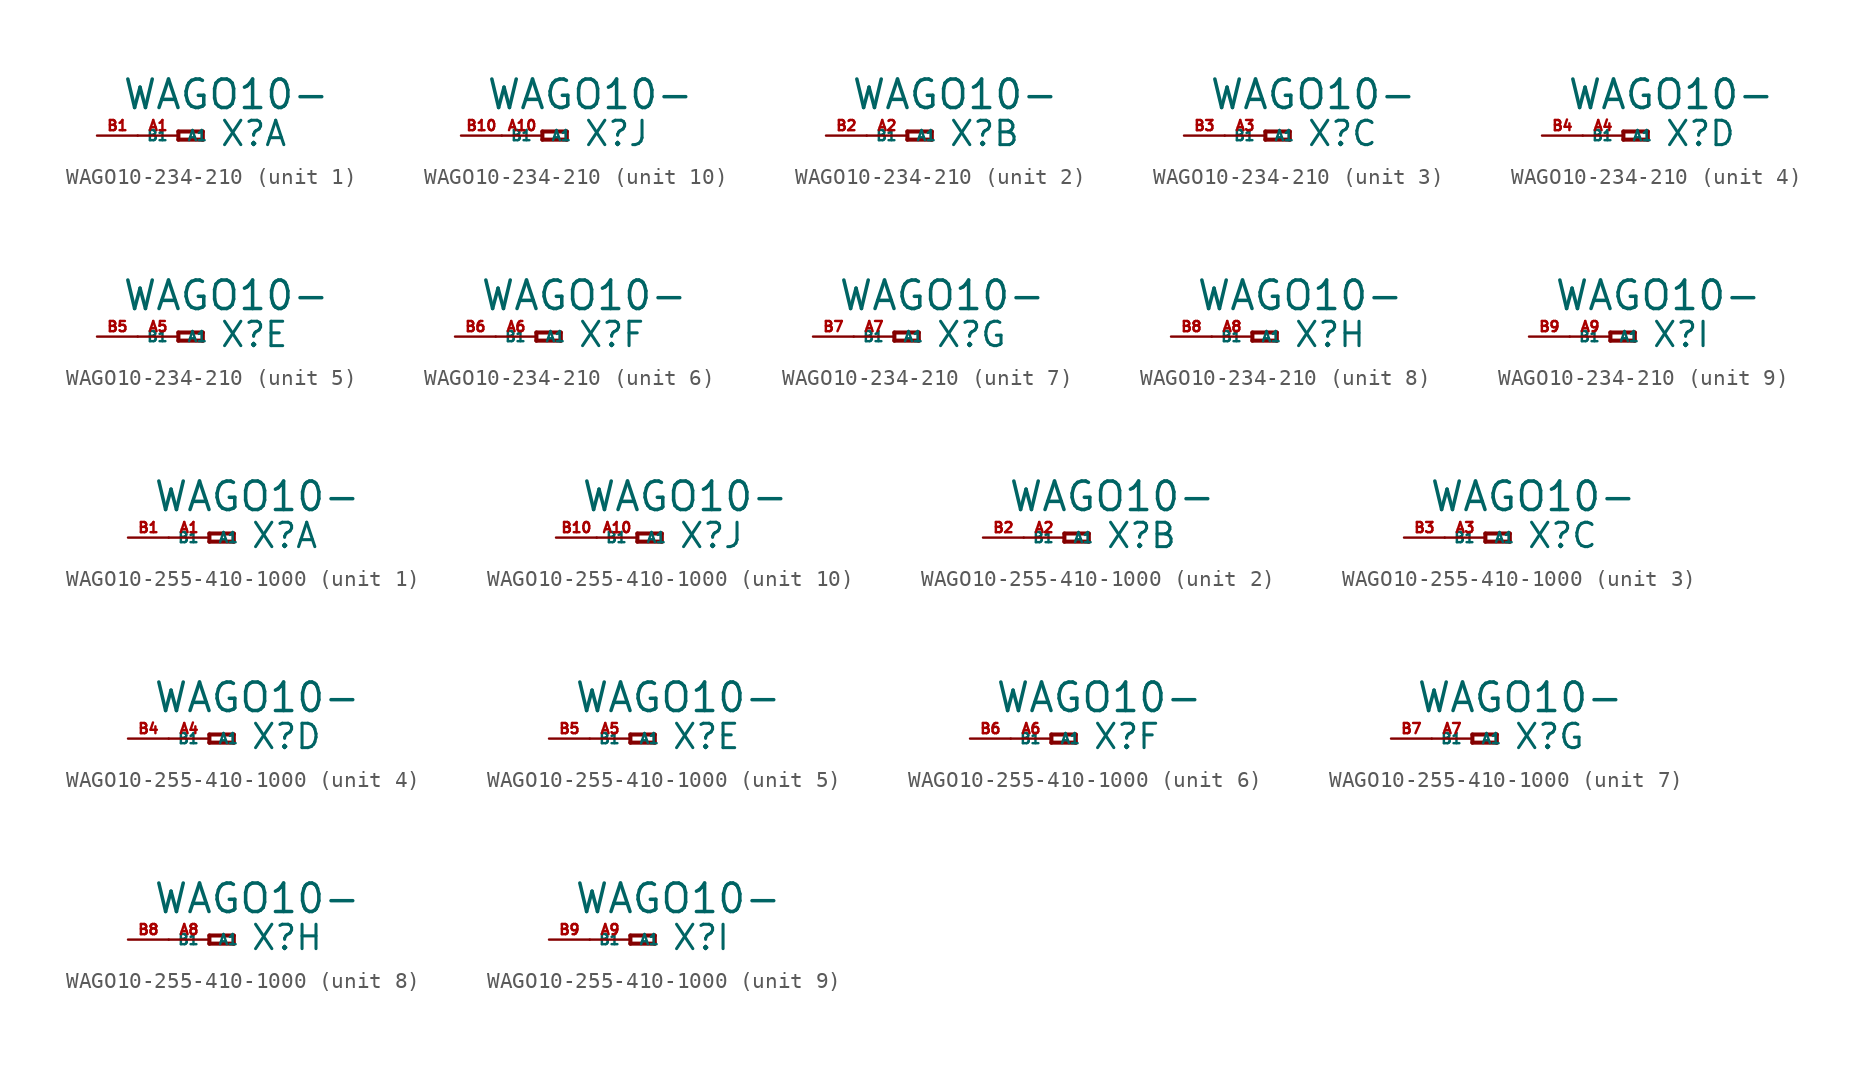
<source format=kicad_sym>
(kicad_symbol_lib
  (version 20220914)
  (generator Eagle2Kicad)
  (symbol "WAGO10-234-210"
    (property "Reference" "X"
      (at 2.54 -0.762 0)
      (effects (font (size 1.524 1.524) (thickness 0.19)) (justify left bottom)))
    (property "Value" "WAGO10-"
      (at -3.556 1.524 0)
      (effects (font (size 1.778 1.778) (thickness 0.22)) (justify left bottom)))
    (symbol "WAGO10-234-210_1_0"
      (polyline (pts (xy 0 0.254) (xy 0 -0.254)) (stroke (width 0.254) (type default)) (fill (type none)))
      (polyline (pts (xy 0 -0.254) (xy 1.524 -0.254)) (stroke (width 0.254) (type default)) (fill (type none)))
      (polyline (pts (xy 1.524 -0.254) (xy 1.524 0.254)) (stroke (width 0.254) (type default)) (fill (type none)))
      (polyline (pts (xy 1.524 0.254) (xy 0 0.254)) (stroke (width 0.254) (type default)) (fill (type none)))
      (pin passive line (at -2.54 0 0) (length 2.54) (name "A1" (effects (font (size 0.635 0.635) (thickness 0.08)) (justify left bottom))) (number "A1" (effects (font (size 0.635 0.635) (thickness 0.08)) (justify left bottom))))
      (pin passive line (at -5.08 0 0) (length 2.54) (name "B1" (effects (font (size 0.635 0.635) (thickness 0.08)) (justify left bottom))) (number "B1" (effects (font (size 0.635 0.635) (thickness 0.08)) (justify left bottom)))))
    (symbol "WAGO10-234-210_2_0"
      (polyline (pts (xy 0 0.254) (xy 0 -0.254)) (stroke (width 0.254) (type default)) (fill (type none)))
      (polyline (pts (xy 0 -0.254) (xy 1.524 -0.254)) (stroke (width 0.254) (type default)) (fill (type none)))
      (polyline (pts (xy 1.524 -0.254) (xy 1.524 0.254)) (stroke (width 0.254) (type default)) (fill (type none)))
      (polyline (pts (xy 1.524 0.254) (xy 0 0.254)) (stroke (width 0.254) (type default)) (fill (type none)))
      (pin passive line (at -2.54 0 0) (length 2.54) (name "A1" (effects (font (size 0.635 0.635) (thickness 0.08)) (justify left bottom))) (number "A2" (effects (font (size 0.635 0.635) (thickness 0.08)) (justify left bottom))))
      (pin passive line (at -5.08 0 0) (length 2.54) (name "B1" (effects (font (size 0.635 0.635) (thickness 0.08)) (justify left bottom))) (number "B2" (effects (font (size 0.635 0.635) (thickness 0.08)) (justify left bottom)))))
    (symbol "WAGO10-234-210_3_0"
      (polyline (pts (xy 0 0.254) (xy 0 -0.254)) (stroke (width 0.254) (type default)) (fill (type none)))
      (polyline (pts (xy 0 -0.254) (xy 1.524 -0.254)) (stroke (width 0.254) (type default)) (fill (type none)))
      (polyline (pts (xy 1.524 -0.254) (xy 1.524 0.254)) (stroke (width 0.254) (type default)) (fill (type none)))
      (polyline (pts (xy 1.524 0.254) (xy 0 0.254)) (stroke (width 0.254) (type default)) (fill (type none)))
      (pin passive line (at -2.54 0 0) (length 2.54) (name "A1" (effects (font (size 0.635 0.635) (thickness 0.08)) (justify left bottom))) (number "A3" (effects (font (size 0.635 0.635) (thickness 0.08)) (justify left bottom))))
      (pin passive line (at -5.08 0 0) (length 2.54) (name "B1" (effects (font (size 0.635 0.635) (thickness 0.08)) (justify left bottom))) (number "B3" (effects (font (size 0.635 0.635) (thickness 0.08)) (justify left bottom)))))
    (symbol "WAGO10-234-210_4_0"
      (polyline (pts (xy 0 0.254) (xy 0 -0.254)) (stroke (width 0.254) (type default)) (fill (type none)))
      (polyline (pts (xy 0 -0.254) (xy 1.524 -0.254)) (stroke (width 0.254) (type default)) (fill (type none)))
      (polyline (pts (xy 1.524 -0.254) (xy 1.524 0.254)) (stroke (width 0.254) (type default)) (fill (type none)))
      (polyline (pts (xy 1.524 0.254) (xy 0 0.254)) (stroke (width 0.254) (type default)) (fill (type none)))
      (pin passive line (at -2.54 0 0) (length 2.54) (name "A1" (effects (font (size 0.635 0.635) (thickness 0.08)) (justify left bottom))) (number "A4" (effects (font (size 0.635 0.635) (thickness 0.08)) (justify left bottom))))
      (pin passive line (at -5.08 0 0) (length 2.54) (name "B1" (effects (font (size 0.635 0.635) (thickness 0.08)) (justify left bottom))) (number "B4" (effects (font (size 0.635 0.635) (thickness 0.08)) (justify left bottom)))))
    (symbol "WAGO10-234-210_5_0"
      (polyline (pts (xy 0 0.254) (xy 0 -0.254)) (stroke (width 0.254) (type default)) (fill (type none)))
      (polyline (pts (xy 0 -0.254) (xy 1.524 -0.254)) (stroke (width 0.254) (type default)) (fill (type none)))
      (polyline (pts (xy 1.524 -0.254) (xy 1.524 0.254)) (stroke (width 0.254) (type default)) (fill (type none)))
      (polyline (pts (xy 1.524 0.254) (xy 0 0.254)) (stroke (width 0.254) (type default)) (fill (type none)))
      (pin passive line (at -2.54 0 0) (length 2.54) (name "A1" (effects (font (size 0.635 0.635) (thickness 0.08)) (justify left bottom))) (number "A5" (effects (font (size 0.635 0.635) (thickness 0.08)) (justify left bottom))))
      (pin passive line (at -5.08 0 0) (length 2.54) (name "B1" (effects (font (size 0.635 0.635) (thickness 0.08)) (justify left bottom))) (number "B5" (effects (font (size 0.635 0.635) (thickness 0.08)) (justify left bottom)))))
    (symbol "WAGO10-234-210_6_0"
      (polyline (pts (xy 0 0.254) (xy 0 -0.254)) (stroke (width 0.254) (type default)) (fill (type none)))
      (polyline (pts (xy 0 -0.254) (xy 1.524 -0.254)) (stroke (width 0.254) (type default)) (fill (type none)))
      (polyline (pts (xy 1.524 -0.254) (xy 1.524 0.254)) (stroke (width 0.254) (type default)) (fill (type none)))
      (polyline (pts (xy 1.524 0.254) (xy 0 0.254)) (stroke (width 0.254) (type default)) (fill (type none)))
      (pin passive line (at -2.54 0 0) (length 2.54) (name "A1" (effects (font (size 0.635 0.635) (thickness 0.08)) (justify left bottom))) (number "A6" (effects (font (size 0.635 0.635) (thickness 0.08)) (justify left bottom))))
      (pin passive line (at -5.08 0 0) (length 2.54) (name "B1" (effects (font (size 0.635 0.635) (thickness 0.08)) (justify left bottom))) (number "B6" (effects (font (size 0.635 0.635) (thickness 0.08)) (justify left bottom)))))
    (symbol "WAGO10-234-210_7_0"
      (polyline (pts (xy 0 0.254) (xy 0 -0.254)) (stroke (width 0.254) (type default)) (fill (type none)))
      (polyline (pts (xy 0 -0.254) (xy 1.524 -0.254)) (stroke (width 0.254) (type default)) (fill (type none)))
      (polyline (pts (xy 1.524 -0.254) (xy 1.524 0.254)) (stroke (width 0.254) (type default)) (fill (type none)))
      (polyline (pts (xy 1.524 0.254) (xy 0 0.254)) (stroke (width 0.254) (type default)) (fill (type none)))
      (pin passive line (at -2.54 0 0) (length 2.54) (name "A1" (effects (font (size 0.635 0.635) (thickness 0.08)) (justify left bottom))) (number "A7" (effects (font (size 0.635 0.635) (thickness 0.08)) (justify left bottom))))
      (pin passive line (at -5.08 0 0) (length 2.54) (name "B1" (effects (font (size 0.635 0.635) (thickness 0.08)) (justify left bottom))) (number "B7" (effects (font (size 0.635 0.635) (thickness 0.08)) (justify left bottom)))))
    (symbol "WAGO10-234-210_8_0"
      (polyline (pts (xy 0 0.254) (xy 0 -0.254)) (stroke (width 0.254) (type default)) (fill (type none)))
      (polyline (pts (xy 0 -0.254) (xy 1.524 -0.254)) (stroke (width 0.254) (type default)) (fill (type none)))
      (polyline (pts (xy 1.524 -0.254) (xy 1.524 0.254)) (stroke (width 0.254) (type default)) (fill (type none)))
      (polyline (pts (xy 1.524 0.254) (xy 0 0.254)) (stroke (width 0.254) (type default)) (fill (type none)))
      (pin passive line (at -2.54 0 0) (length 2.54) (name "A1" (effects (font (size 0.635 0.635) (thickness 0.08)) (justify left bottom))) (number "A8" (effects (font (size 0.635 0.635) (thickness 0.08)) (justify left bottom))))
      (pin passive line (at -5.08 0 0) (length 2.54) (name "B1" (effects (font (size 0.635 0.635) (thickness 0.08)) (justify left bottom))) (number "B8" (effects (font (size 0.635 0.635) (thickness 0.08)) (justify left bottom)))))
    (symbol "WAGO10-234-210_9_0"
      (polyline (pts (xy 0 0.254) (xy 0 -0.254)) (stroke (width 0.254) (type default)) (fill (type none)))
      (polyline (pts (xy 0 -0.254) (xy 1.524 -0.254)) (stroke (width 0.254) (type default)) (fill (type none)))
      (polyline (pts (xy 1.524 -0.254) (xy 1.524 0.254)) (stroke (width 0.254) (type default)) (fill (type none)))
      (polyline (pts (xy 1.524 0.254) (xy 0 0.254)) (stroke (width 0.254) (type default)) (fill (type none)))
      (pin passive line (at -2.54 0 0) (length 2.54) (name "A1" (effects (font (size 0.635 0.635) (thickness 0.08)) (justify left bottom))) (number "A9" (effects (font (size 0.635 0.635) (thickness 0.08)) (justify left bottom))))
      (pin passive line (at -5.08 0 0) (length 2.54) (name "B1" (effects (font (size 0.635 0.635) (thickness 0.08)) (justify left bottom))) (number "B9" (effects (font (size 0.635 0.635) (thickness 0.08)) (justify left bottom)))))
    (symbol "WAGO10-234-210_10_0"
      (polyline (pts (xy 0 0.254) (xy 0 -0.254)) (stroke (width 0.254) (type default)) (fill (type none)))
      (polyline (pts (xy 0 -0.254) (xy 1.524 -0.254)) (stroke (width 0.254) (type default)) (fill (type none)))
      (polyline (pts (xy 1.524 -0.254) (xy 1.524 0.254)) (stroke (width 0.254) (type default)) (fill (type none)))
      (polyline (pts (xy 1.524 0.254) (xy 0 0.254)) (stroke (width 0.254) (type default)) (fill (type none)))
      (pin passive line (at -2.54 0 0) (length 2.54) (name "A1" (effects (font (size 0.635 0.635) (thickness 0.08)) (justify left bottom))) (number "A10" (effects (font (size 0.635 0.635) (thickness 0.08)) (justify left bottom))))
      (pin passive line (at -5.08 0 0) (length 2.54) (name "B1" (effects (font (size 0.635 0.635) (thickness 0.08)) (justify left bottom))) (number "B10" (effects (font (size 0.635 0.635) (thickness 0.08)) (justify left bottom))))))
  (symbol "WAGO10-255-410-1000"
    (property "Reference" "X"
      (at 2.54 -0.762 0)
      (effects (font (size 1.524 1.524) (thickness 0.19)) (justify left bottom)))
    (property "Value" "WAGO10-"
      (at -3.556 1.524 0)
      (effects (font (size 1.778 1.778) (thickness 0.22)) (justify left bottom)))
    (symbol "WAGO10-255-410-1000_1_0"
      (polyline (pts (xy 0 0.254) (xy 0 -0.254)) (stroke (width 0.254) (type default)) (fill (type none)))
      (polyline (pts (xy 0 -0.254) (xy 1.524 -0.254)) (stroke (width 0.254) (type default)) (fill (type none)))
      (polyline (pts (xy 1.524 -0.254) (xy 1.524 0.254)) (stroke (width 0.254) (type default)) (fill (type none)))
      (polyline (pts (xy 1.524 0.254) (xy 0 0.254)) (stroke (width 0.254) (type default)) (fill (type none)))
      (pin passive line (at -2.54 0 0) (length 2.54) (name "A1" (effects (font (size 0.635 0.635) (thickness 0.08)) (justify left bottom))) (number "A1" (effects (font (size 0.635 0.635) (thickness 0.08)) (justify left bottom))))
      (pin passive line (at -5.08 0 0) (length 2.54) (name "B1" (effects (font (size 0.635 0.635) (thickness 0.08)) (justify left bottom))) (number "B1" (effects (font (size 0.635 0.635) (thickness 0.08)) (justify left bottom)))))
    (symbol "WAGO10-255-410-1000_2_0"
      (polyline (pts (xy 0 0.254) (xy 0 -0.254)) (stroke (width 0.254) (type default)) (fill (type none)))
      (polyline (pts (xy 0 -0.254) (xy 1.524 -0.254)) (stroke (width 0.254) (type default)) (fill (type none)))
      (polyline (pts (xy 1.524 -0.254) (xy 1.524 0.254)) (stroke (width 0.254) (type default)) (fill (type none)))
      (polyline (pts (xy 1.524 0.254) (xy 0 0.254)) (stroke (width 0.254) (type default)) (fill (type none)))
      (pin passive line (at -2.54 0 0) (length 2.54) (name "A1" (effects (font (size 0.635 0.635) (thickness 0.08)) (justify left bottom))) (number "A2" (effects (font (size 0.635 0.635) (thickness 0.08)) (justify left bottom))))
      (pin passive line (at -5.08 0 0) (length 2.54) (name "B1" (effects (font (size 0.635 0.635) (thickness 0.08)) (justify left bottom))) (number "B2" (effects (font (size 0.635 0.635) (thickness 0.08)) (justify left bottom)))))
    (symbol "WAGO10-255-410-1000_3_0"
      (polyline (pts (xy 0 0.254) (xy 0 -0.254)) (stroke (width 0.254) (type default)) (fill (type none)))
      (polyline (pts (xy 0 -0.254) (xy 1.524 -0.254)) (stroke (width 0.254) (type default)) (fill (type none)))
      (polyline (pts (xy 1.524 -0.254) (xy 1.524 0.254)) (stroke (width 0.254) (type default)) (fill (type none)))
      (polyline (pts (xy 1.524 0.254) (xy 0 0.254)) (stroke (width 0.254) (type default)) (fill (type none)))
      (pin passive line (at -2.54 0 0) (length 2.54) (name "A1" (effects (font (size 0.635 0.635) (thickness 0.08)) (justify left bottom))) (number "A3" (effects (font (size 0.635 0.635) (thickness 0.08)) (justify left bottom))))
      (pin passive line (at -5.08 0 0) (length 2.54) (name "B1" (effects (font (size 0.635 0.635) (thickness 0.08)) (justify left bottom))) (number "B3" (effects (font (size 0.635 0.635) (thickness 0.08)) (justify left bottom)))))
    (symbol "WAGO10-255-410-1000_4_0"
      (polyline (pts (xy 0 0.254) (xy 0 -0.254)) (stroke (width 0.254) (type default)) (fill (type none)))
      (polyline (pts (xy 0 -0.254) (xy 1.524 -0.254)) (stroke (width 0.254) (type default)) (fill (type none)))
      (polyline (pts (xy 1.524 -0.254) (xy 1.524 0.254)) (stroke (width 0.254) (type default)) (fill (type none)))
      (polyline (pts (xy 1.524 0.254) (xy 0 0.254)) (stroke (width 0.254) (type default)) (fill (type none)))
      (pin passive line (at -2.54 0 0) (length 2.54) (name "A1" (effects (font (size 0.635 0.635) (thickness 0.08)) (justify left bottom))) (number "A4" (effects (font (size 0.635 0.635) (thickness 0.08)) (justify left bottom))))
      (pin passive line (at -5.08 0 0) (length 2.54) (name "B1" (effects (font (size 0.635 0.635) (thickness 0.08)) (justify left bottom))) (number "B4" (effects (font (size 0.635 0.635) (thickness 0.08)) (justify left bottom)))))
    (symbol "WAGO10-255-410-1000_5_0"
      (polyline (pts (xy 0 0.254) (xy 0 -0.254)) (stroke (width 0.254) (type default)) (fill (type none)))
      (polyline (pts (xy 0 -0.254) (xy 1.524 -0.254)) (stroke (width 0.254) (type default)) (fill (type none)))
      (polyline (pts (xy 1.524 -0.254) (xy 1.524 0.254)) (stroke (width 0.254) (type default)) (fill (type none)))
      (polyline (pts (xy 1.524 0.254) (xy 0 0.254)) (stroke (width 0.254) (type default)) (fill (type none)))
      (pin passive line (at -2.54 0 0) (length 2.54) (name "A1" (effects (font (size 0.635 0.635) (thickness 0.08)) (justify left bottom))) (number "A5" (effects (font (size 0.635 0.635) (thickness 0.08)) (justify left bottom))))
      (pin passive line (at -5.08 0 0) (length 2.54) (name "B1" (effects (font (size 0.635 0.635) (thickness 0.08)) (justify left bottom))) (number "B5" (effects (font (size 0.635 0.635) (thickness 0.08)) (justify left bottom)))))
    (symbol "WAGO10-255-410-1000_6_0"
      (polyline (pts (xy 0 0.254) (xy 0 -0.254)) (stroke (width 0.254) (type default)) (fill (type none)))
      (polyline (pts (xy 0 -0.254) (xy 1.524 -0.254)) (stroke (width 0.254) (type default)) (fill (type none)))
      (polyline (pts (xy 1.524 -0.254) (xy 1.524 0.254)) (stroke (width 0.254) (type default)) (fill (type none)))
      (polyline (pts (xy 1.524 0.254) (xy 0 0.254)) (stroke (width 0.254) (type default)) (fill (type none)))
      (pin passive line (at -2.54 0 0) (length 2.54) (name "A1" (effects (font (size 0.635 0.635) (thickness 0.08)) (justify left bottom))) (number "A6" (effects (font (size 0.635 0.635) (thickness 0.08)) (justify left bottom))))
      (pin passive line (at -5.08 0 0) (length 2.54) (name "B1" (effects (font (size 0.635 0.635) (thickness 0.08)) (justify left bottom))) (number "B6" (effects (font (size 0.635 0.635) (thickness 0.08)) (justify left bottom)))))
    (symbol "WAGO10-255-410-1000_7_0"
      (polyline (pts (xy 0 0.254) (xy 0 -0.254)) (stroke (width 0.254) (type default)) (fill (type none)))
      (polyline (pts (xy 0 -0.254) (xy 1.524 -0.254)) (stroke (width 0.254) (type default)) (fill (type none)))
      (polyline (pts (xy 1.524 -0.254) (xy 1.524 0.254)) (stroke (width 0.254) (type default)) (fill (type none)))
      (polyline (pts (xy 1.524 0.254) (xy 0 0.254)) (stroke (width 0.254) (type default)) (fill (type none)))
      (pin passive line (at -2.54 0 0) (length 2.54) (name "A1" (effects (font (size 0.635 0.635) (thickness 0.08)) (justify left bottom))) (number "A7" (effects (font (size 0.635 0.635) (thickness 0.08)) (justify left bottom))))
      (pin passive line (at -5.08 0 0) (length 2.54) (name "B1" (effects (font (size 0.635 0.635) (thickness 0.08)) (justify left bottom))) (number "B7" (effects (font (size 0.635 0.635) (thickness 0.08)) (justify left bottom)))))
    (symbol "WAGO10-255-410-1000_8_0"
      (polyline (pts (xy 0 0.254) (xy 0 -0.254)) (stroke (width 0.254) (type default)) (fill (type none)))
      (polyline (pts (xy 0 -0.254) (xy 1.524 -0.254)) (stroke (width 0.254) (type default)) (fill (type none)))
      (polyline (pts (xy 1.524 -0.254) (xy 1.524 0.254)) (stroke (width 0.254) (type default)) (fill (type none)))
      (polyline (pts (xy 1.524 0.254) (xy 0 0.254)) (stroke (width 0.254) (type default)) (fill (type none)))
      (pin passive line (at -2.54 0 0) (length 2.54) (name "A1" (effects (font (size 0.635 0.635) (thickness 0.08)) (justify left bottom))) (number "A8" (effects (font (size 0.635 0.635) (thickness 0.08)) (justify left bottom))))
      (pin passive line (at -5.08 0 0) (length 2.54) (name "B1" (effects (font (size 0.635 0.635) (thickness 0.08)) (justify left bottom))) (number "B8" (effects (font (size 0.635 0.635) (thickness 0.08)) (justify left bottom)))))
    (symbol "WAGO10-255-410-1000_9_0"
      (polyline (pts (xy 0 0.254) (xy 0 -0.254)) (stroke (width 0.254) (type default)) (fill (type none)))
      (polyline (pts (xy 0 -0.254) (xy 1.524 -0.254)) (stroke (width 0.254) (type default)) (fill (type none)))
      (polyline (pts (xy 1.524 -0.254) (xy 1.524 0.254)) (stroke (width 0.254) (type default)) (fill (type none)))
      (polyline (pts (xy 1.524 0.254) (xy 0 0.254)) (stroke (width 0.254) (type default)) (fill (type none)))
      (pin passive line (at -2.54 0 0) (length 2.54) (name "A1" (effects (font (size 0.635 0.635) (thickness 0.08)) (justify left bottom))) (number "A9" (effects (font (size 0.635 0.635) (thickness 0.08)) (justify left bottom))))
      (pin passive line (at -5.08 0 0) (length 2.54) (name "B1" (effects (font (size 0.635 0.635) (thickness 0.08)) (justify left bottom))) (number "B9" (effects (font (size 0.635 0.635) (thickness 0.08)) (justify left bottom)))))
    (symbol "WAGO10-255-410-1000_10_0"
      (polyline (pts (xy 0 0.254) (xy 0 -0.254)) (stroke (width 0.254) (type default)) (fill (type none)))
      (polyline (pts (xy 0 -0.254) (xy 1.524 -0.254)) (stroke (width 0.254) (type default)) (fill (type none)))
      (polyline (pts (xy 1.524 -0.254) (xy 1.524 0.254)) (stroke (width 0.254) (type default)) (fill (type none)))
      (polyline (pts (xy 1.524 0.254) (xy 0 0.254)) (stroke (width 0.254) (type default)) (fill (type none)))
      (pin passive line (at -2.54 0 0) (length 2.54) (name "A1" (effects (font (size 0.635 0.635) (thickness 0.08)) (justify left bottom))) (number "A10" (effects (font (size 0.635 0.635) (thickness 0.08)) (justify left bottom))))
      (pin passive line (at -5.08 0 0) (length 2.54) (name "B1" (effects (font (size 0.635 0.635) (thickness 0.08)) (justify left bottom))) (number "B10" (effects (font (size 0.635 0.635) (thickness 0.08)) (justify left bottom)))))))
</source>
